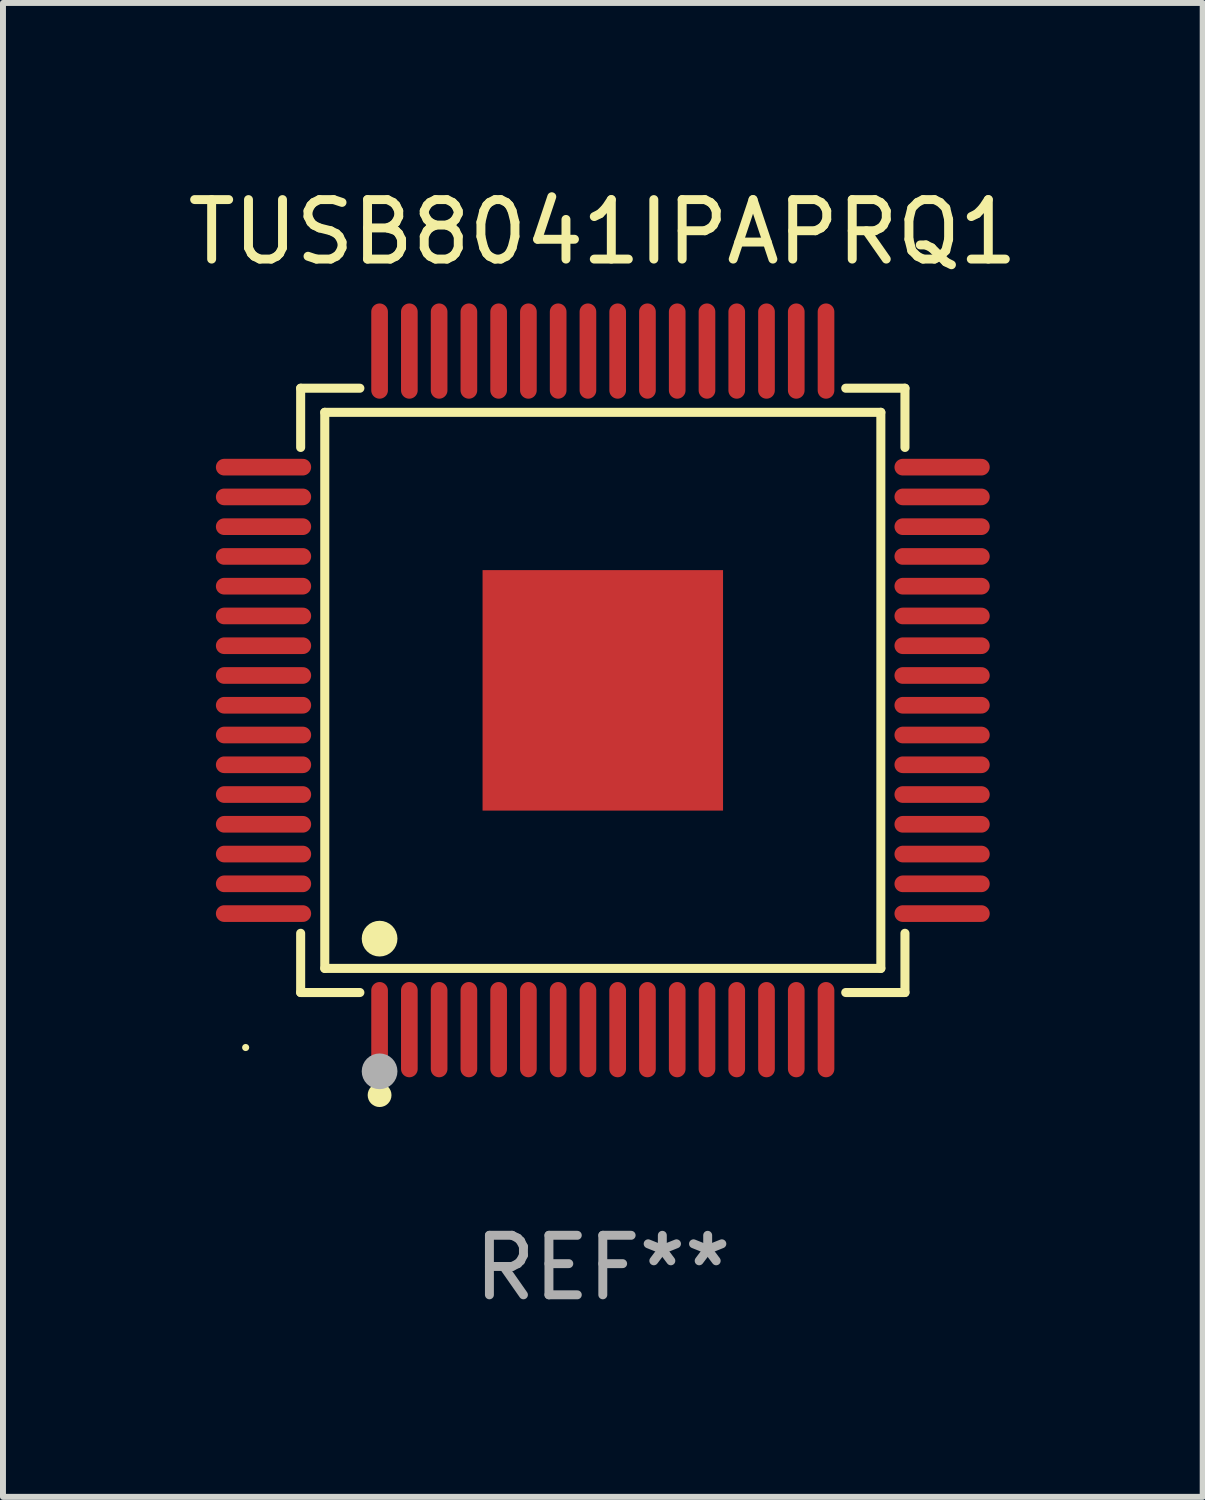
<source format=kicad_pcb>
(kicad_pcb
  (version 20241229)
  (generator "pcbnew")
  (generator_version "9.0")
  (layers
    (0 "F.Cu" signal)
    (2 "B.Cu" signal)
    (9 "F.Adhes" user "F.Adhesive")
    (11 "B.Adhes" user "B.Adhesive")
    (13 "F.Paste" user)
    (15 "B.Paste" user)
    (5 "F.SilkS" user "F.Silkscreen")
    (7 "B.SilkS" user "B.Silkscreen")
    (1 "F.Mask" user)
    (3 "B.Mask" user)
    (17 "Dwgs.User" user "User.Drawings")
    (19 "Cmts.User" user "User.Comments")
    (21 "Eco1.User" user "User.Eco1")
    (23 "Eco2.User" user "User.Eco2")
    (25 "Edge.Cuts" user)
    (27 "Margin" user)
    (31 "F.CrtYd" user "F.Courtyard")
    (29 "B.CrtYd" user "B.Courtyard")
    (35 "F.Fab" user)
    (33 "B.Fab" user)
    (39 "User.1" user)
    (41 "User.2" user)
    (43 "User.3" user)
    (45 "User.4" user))
  (footprint "TUSB8041IPAPRQ1"
    (layer "F.Cu")
    (at 7.077 8.548)
    (property "Reference" "TUSB8041IPAPRQ1" (at 0 -7.7 0) (layer "F.SilkS") (effects (font (size 1 1) (thickness 0.15))))
    (attr through_hole)
    (fp_line (start -5.076 -5.076) (end -4.081 -5.076) (stroke (width 0.152) (type solid)) (layer "F.SilkS"))
    (fp_line (start -5.076 -4.081) (end -5.076 -5.076) (stroke (width 0.152) (type solid)) (layer "F.SilkS"))
    (fp_line (start -5.076 4.081) (end -5.076 5.076) (stroke (width 0.152) (type solid)) (layer "F.SilkS"))
    (fp_line (start -5.076 5.076) (end -4.081 5.076) (stroke (width 0.152) (type solid)) (layer "F.SilkS"))
    (fp_line (start -4.671 -4.671) (end 4.671 -4.671) (stroke (width 0.152) (type solid)) (layer "F.SilkS"))
    (fp_line (start -4.671 4.671) (end -4.671 -4.671) (stroke (width 0.152) (type solid)) (layer "F.SilkS"))
    (fp_line (start 4.671 -4.671) (end 4.671 4.671) (stroke (width 0.152) (type solid)) (layer "F.SilkS"))
    (fp_line (start 4.671 4.671) (end -4.671 4.671) (stroke (width 0.152) (type solid)) (layer "F.SilkS"))
    (fp_line (start 5.076 -5.076) (end 4.081 -5.076) (stroke (width 0.152) (type solid)) (layer "F.SilkS"))
    (fp_line (start 5.076 -4.081) (end 5.076 -5.076) (stroke (width 0.152) (type solid)) (layer "F.SilkS"))
    (fp_line (start 5.076 4.081) (end 5.076 5.076) (stroke (width 0.152) (type solid)) (layer "F.SilkS"))
    (fp_line (start 5.076 5.076) (end 4.081 5.076) (stroke (width 0.152) (type solid)) (layer "F.SilkS"))
    (fp_circle (center -6 6) (end -5.97 6) (stroke (width 0.06) (type solid)) (fill no) (layer "F.SilkS"))
    (fp_circle (center -3.75 4.171) (end -3.6 4.171) (stroke (width 0.3) (type solid)) (fill no) (layer "F.SilkS"))
    (fp_circle (center -3.75 6.8) (end -3.65 6.8) (stroke (width 0.2) (type solid)) (fill no) (layer "F.SilkS"))
    (fp_circle (center -3.75 6.4) (end -3.6 6.4) (stroke (width 0.3) (type solid)) (fill no) (layer "F.Fab"))
    (fp_text user "REF**" (at 0 9.7 0) (layer "F.Fab") (effects (font (size 1 1) (thickness 0.15))))
    (pad "1" smd oval (at -3.75 5.7) (size 0.28 1.6) (layers "F.Cu" "F.Mask" "F.Paste"))
    (pad "2" smd oval (at -3.25 5.7) (size 0.28 1.6) (layers "F.Cu" "F.Mask" "F.Paste"))
    (pad "3" smd oval (at -2.75 5.7) (size 0.28 1.6) (layers "F.Cu" "F.Mask" "F.Paste"))
    (pad "4" smd oval (at -2.25 5.7) (size 0.28 1.6) (layers "F.Cu" "F.Mask" "F.Paste"))
    (pad "5" smd oval (at -1.75 5.7) (size 0.28 1.6) (layers "F.Cu" "F.Mask" "F.Paste"))
    (pad "6" smd oval (at -1.25 5.7) (size 0.28 1.6) (layers "F.Cu" "F.Mask" "F.Paste"))
    (pad "7" smd oval (at -0.75 5.7) (size 0.28 1.6) (layers "F.Cu" "F.Mask" "F.Paste"))
    (pad "8" smd oval (at -0.25 5.7) (size 0.28 1.6) (layers "F.Cu" "F.Mask" "F.Paste"))
    (pad "9" smd oval (at 0.25 5.7) (size 0.28 1.6) (layers "F.Cu" "F.Mask" "F.Paste"))
    (pad "10" smd oval (at 0.75 5.7) (size 0.28 1.6) (layers "F.Cu" "F.Mask" "F.Paste"))
    (pad "11" smd oval (at 1.25 5.7) (size 0.28 1.6) (layers "F.Cu" "F.Mask" "F.Paste"))
    (pad "12" smd oval (at 1.75 5.7) (size 0.28 1.6) (layers "F.Cu" "F.Mask" "F.Paste"))
    (pad "13" smd oval (at 2.25 5.7) (size 0.28 1.6) (layers "F.Cu" "F.Mask" "F.Paste"))
    (pad "14" smd oval (at 2.75 5.7) (size 0.28 1.6) (layers "F.Cu" "F.Mask" "F.Paste"))
    (pad "15" smd oval (at 3.25 5.7) (size 0.28 1.6) (layers "F.Cu" "F.Mask" "F.Paste"))
    (pad "16" smd oval (at 3.75 5.7) (size 0.28 1.6) (layers "F.Cu" "F.Mask" "F.Paste"))
    (pad "17" smd oval (at 5.7 3.75) (size 1.6 0.28) (layers "F.Cu" "F.Mask" "F.Paste"))
    (pad "18" smd oval (at 5.7 3.25) (size 1.6 0.28) (layers "F.Cu" "F.Mask" "F.Paste"))
    (pad "19" smd oval (at 5.7 2.75) (size 1.6 0.28) (layers "F.Cu" "F.Mask" "F.Paste"))
    (pad "20" smd oval (at 5.7 2.25) (size 1.6 0.28) (layers "F.Cu" "F.Mask" "F.Paste"))
    (pad "21" smd oval (at 5.7 1.75) (size 1.6 0.28) (layers "F.Cu" "F.Mask" "F.Paste"))
    (pad "22" smd oval (at 5.7 1.25) (size 1.6 0.28) (layers "F.Cu" "F.Mask" "F.Paste"))
    (pad "23" smd oval (at 5.7 0.75) (size 1.6 0.28) (layers "F.Cu" "F.Mask" "F.Paste"))
    (pad "24" smd oval (at 5.7 0.25) (size 1.6 0.28) (layers "F.Cu" "F.Mask" "F.Paste"))
    (pad "25" smd oval (at 5.7 -0.25) (size 1.6 0.28) (layers "F.Cu" "F.Mask" "F.Paste"))
    (pad "26" smd oval (at 5.7 -0.75) (size 1.6 0.28) (layers "F.Cu" "F.Mask" "F.Paste"))
    (pad "27" smd oval (at 5.7 -1.25) (size 1.6 0.28) (layers "F.Cu" "F.Mask" "F.Paste"))
    (pad "28" smd oval (at 5.7 -1.75) (size 1.6 0.28) (layers "F.Cu" "F.Mask" "F.Paste"))
    (pad "29" smd oval (at 5.7 -2.25) (size 1.6 0.28) (layers "F.Cu" "F.Mask" "F.Paste"))
    (pad "30" smd oval (at 5.7 -2.75) (size 1.6 0.28) (layers "F.Cu" "F.Mask" "F.Paste"))
    (pad "31" smd oval (at 5.7 -3.25) (size 1.6 0.28) (layers "F.Cu" "F.Mask" "F.Paste"))
    (pad "32" smd oval (at 5.7 -3.75) (size 1.6 0.28) (layers "F.Cu" "F.Mask" "F.Paste"))
    (pad "33" smd oval (at 3.75 -5.7) (size 0.28 1.6) (layers "F.Cu" "F.Mask" "F.Paste"))
    (pad "34" smd oval (at 3.25 -5.7) (size 0.28 1.6) (layers "F.Cu" "F.Mask" "F.Paste"))
    (pad "35" smd oval (at 2.75 -5.7) (size 0.28 1.6) (layers "F.Cu" "F.Mask" "F.Paste"))
    (pad "36" smd oval (at 2.25 -5.7) (size 0.28 1.6) (layers "F.Cu" "F.Mask" "F.Paste"))
    (pad "37" smd oval (at 1.75 -5.7) (size 0.28 1.6) (layers "F.Cu" "F.Mask" "F.Paste"))
    (pad "38" smd oval (at 1.25 -5.7) (size 0.28 1.6) (layers "F.Cu" "F.Mask" "F.Paste"))
    (pad "39" smd oval (at 0.75 -5.7) (size 0.28 1.6) (layers "F.Cu" "F.Mask" "F.Paste"))
    (pad "40" smd oval (at 0.25 -5.7) (size 0.28 1.6) (layers "F.Cu" "F.Mask" "F.Paste"))
    (pad "41" smd oval (at -0.25 -5.7) (size 0.28 1.6) (layers "F.Cu" "F.Mask" "F.Paste"))
    (pad "42" smd oval (at -0.75 -5.7) (size 0.28 1.6) (layers "F.Cu" "F.Mask" "F.Paste"))
    (pad "43" smd oval (at -1.25 -5.7) (size 0.28 1.6) (layers "F.Cu" "F.Mask" "F.Paste"))
    (pad "44" smd oval (at -1.75 -5.7) (size 0.28 1.6) (layers "F.Cu" "F.Mask" "F.Paste"))
    (pad "45" smd oval (at -2.25 -5.7) (size 0.28 1.6) (layers "F.Cu" "F.Mask" "F.Paste"))
    (pad "46" smd oval (at -2.75 -5.7) (size 0.28 1.6) (layers "F.Cu" "F.Mask" "F.Paste"))
    (pad "47" smd oval (at -3.25 -5.7) (size 0.28 1.6) (layers "F.Cu" "F.Mask" "F.Paste"))
    (pad "48" smd oval (at -3.75 -5.7) (size 0.28 1.6) (layers "F.Cu" "F.Mask" "F.Paste"))
    (pad "49" smd oval (at -5.7 -3.75) (size 1.6 0.28) (layers "F.Cu" "F.Mask" "F.Paste"))
    (pad "50" smd oval (at -5.7 -3.25) (size 1.6 0.28) (layers "F.Cu" "F.Mask" "F.Paste"))
    (pad "51" smd oval (at -5.7 -2.75) (size 1.6 0.28) (layers "F.Cu" "F.Mask" "F.Paste"))
    (pad "52" smd oval (at -5.7 -2.25) (size 1.6 0.28) (layers "F.Cu" "F.Mask" "F.Paste"))
    (pad "53" smd oval (at -5.7 -1.75) (size 1.6 0.28) (layers "F.Cu" "F.Mask" "F.Paste"))
    (pad "54" smd oval (at -5.7 -1.25) (size 1.6 0.28) (layers "F.Cu" "F.Mask" "F.Paste"))
    (pad "55" smd oval (at -5.7 -0.75) (size 1.6 0.28) (layers "F.Cu" "F.Mask" "F.Paste"))
    (pad "56" smd oval (at -5.7 -0.25) (size 1.6 0.28) (layers "F.Cu" "F.Mask" "F.Paste"))
    (pad "57" smd oval (at -5.7 0.25) (size 1.6 0.28) (layers "F.Cu" "F.Mask" "F.Paste"))
    (pad "58" smd oval (at -5.7 0.75) (size 1.6 0.28) (layers "F.Cu" "F.Mask" "F.Paste"))
    (pad "59" smd oval (at -5.7 1.25) (size 1.6 0.28) (layers "F.Cu" "F.Mask" "F.Paste"))
    (pad "60" smd oval (at -5.7 1.75) (size 1.6 0.28) (layers "F.Cu" "F.Mask" "F.Paste"))
    (pad "61" smd oval (at -5.7 2.25) (size 1.6 0.28) (layers "F.Cu" "F.Mask" "F.Paste"))
    (pad "62" smd oval (at -5.7 2.75) (size 1.6 0.28) (layers "F.Cu" "F.Mask" "F.Paste"))
    (pad "63" smd oval (at -5.7 3.25) (size 1.6 0.28) (layers "F.Cu" "F.Mask" "F.Paste"))
    (pad "64" smd oval (at -5.7 3.75) (size 1.6 0.28) (layers "F.Cu" "F.Mask" "F.Paste"))
    (pad "65" smd rect (at 0 0) (size 4.04 4.04) (layers "F.Cu" "F.Mask" "F.Paste")))
  (gr_rect
    (start -3 -3)
    (end 17.155 22.097)
    (stroke (width 0.1) (type default))
    (fill no)
    (layer "Edge.Cuts")))
</source>
